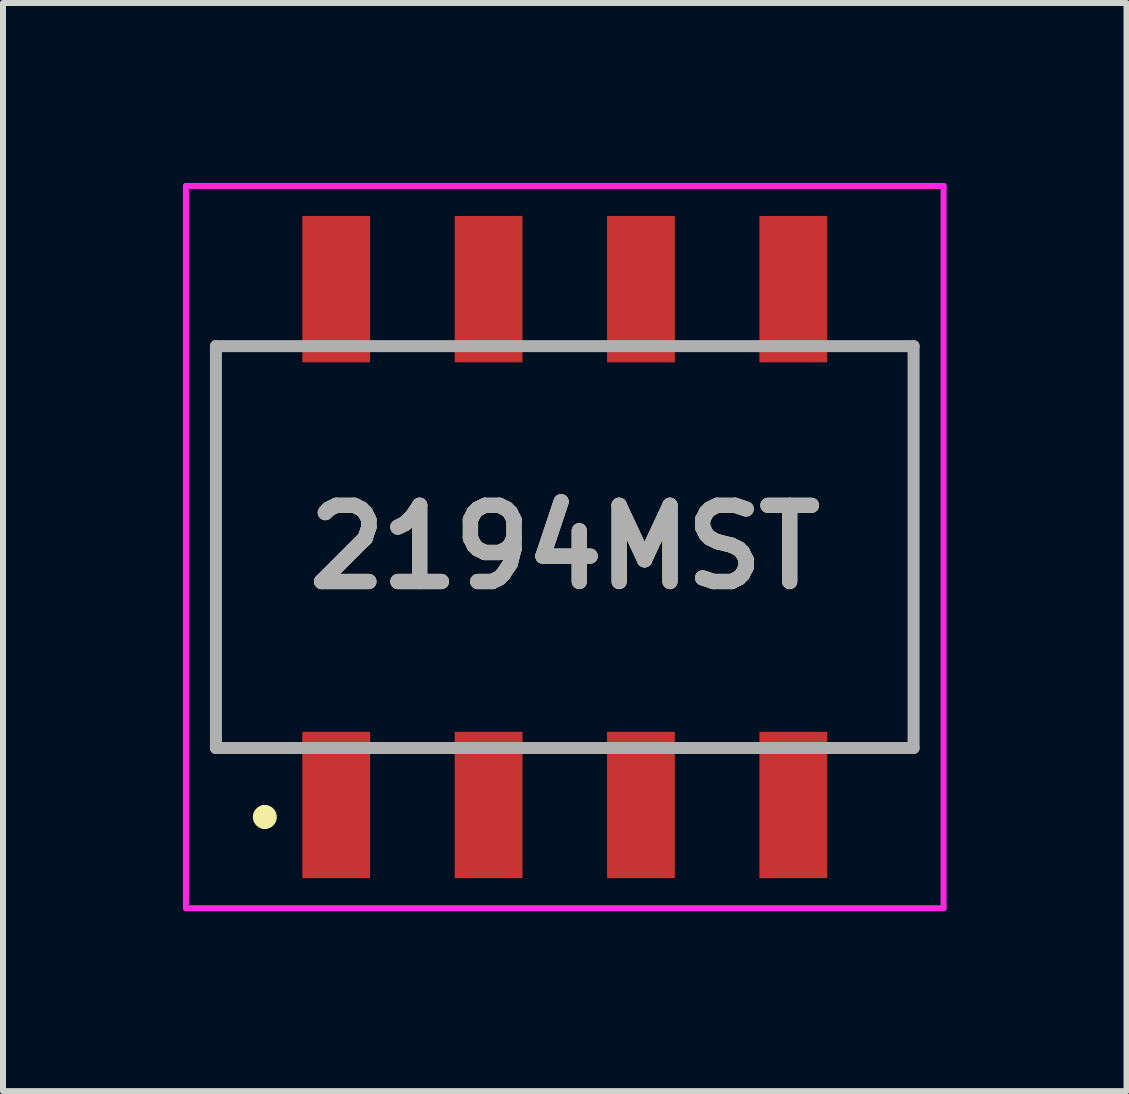
<source format=kicad_pcb>
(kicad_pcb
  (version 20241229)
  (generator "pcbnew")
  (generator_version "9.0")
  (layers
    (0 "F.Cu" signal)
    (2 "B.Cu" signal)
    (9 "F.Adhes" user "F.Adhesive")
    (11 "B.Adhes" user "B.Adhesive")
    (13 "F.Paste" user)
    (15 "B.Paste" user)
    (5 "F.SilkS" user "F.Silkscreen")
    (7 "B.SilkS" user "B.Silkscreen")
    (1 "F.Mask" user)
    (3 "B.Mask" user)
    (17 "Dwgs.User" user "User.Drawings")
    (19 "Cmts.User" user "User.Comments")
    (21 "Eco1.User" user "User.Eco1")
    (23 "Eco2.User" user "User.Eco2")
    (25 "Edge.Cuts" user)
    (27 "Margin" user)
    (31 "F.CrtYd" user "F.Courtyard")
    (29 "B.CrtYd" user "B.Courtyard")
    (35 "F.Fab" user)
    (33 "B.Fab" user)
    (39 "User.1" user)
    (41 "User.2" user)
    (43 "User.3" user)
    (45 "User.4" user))
  (footprint "2194MST"
    (layer "F.Cu")
    (at 6.365 6.07)
    (property "Reference" "2194MST" (at 0 0 0) (layer "F.SilkS") (effects (font (size 1.27 1.27) (thickness 0.254))))
    (attr smd)
    (fp_line (start -5.815 -3.35) (end -5.815 3.35) (stroke (width 0.1) (type solid)) (layer "F.SilkS"))
    (fp_line (start -5.815 3.35) (end -5 3.35) (stroke (width 0.1) (type solid)) (layer "F.SilkS"))
    (fp_line (start -5 -3.35) (end -5.815 -3.35) (stroke (width 0.1) (type solid)) (layer "F.SilkS"))
    (fp_line (start -5 4.4) (end -5 4.4) (stroke (width 0.2) (type solid)) (layer "F.SilkS"))
    (fp_line (start -5 4.6) (end -5 4.6) (stroke (width 0.2) (type solid)) (layer "F.SilkS"))
    (fp_line (start -0.4 -3.35) (end 0.4 -3.35) (stroke (width 0.1) (type solid)) (layer "F.SilkS"))
    (fp_line (start -0.4 3.35) (end 0.4 3.35) (stroke (width 0.1) (type solid)) (layer "F.SilkS"))
    (fp_line (start 5 -3.35) (end 5.815 -3.35) (stroke (width 0.1) (type solid)) (layer "F.SilkS"))
    (fp_line (start 5.815 -3.35) (end 5.815 3.35) (stroke (width 0.1) (type solid)) (layer "F.SilkS"))
    (fp_line (start 5.815 3.35) (end 5 3.35) (stroke (width 0.1) (type solid)) (layer "F.SilkS"))
    (fp_arc (start -5 4.4) (mid -4.9 4.5) (end -5 4.6) (stroke (width 0.2) (type solid)) (layer "F.SilkS"))
    (fp_arc (start -5 4.6) (mid -5.1 4.5) (end -5 4.4) (stroke (width 0.2) (type solid)) (layer "F.SilkS"))
    (fp_line (start -6.315 -6.02) (end 6.315 -6.02) (stroke (width 0.1) (type solid)) (layer "F.CrtYd"))
    (fp_line (start -6.315 6.02) (end -6.315 -6.02) (stroke (width 0.1) (type solid)) (layer "F.CrtYd"))
    (fp_line (start 6.315 -6.02) (end 6.315 6.02) (stroke (width 0.1) (type solid)) (layer "F.CrtYd"))
    (fp_line (start 6.315 6.02) (end -6.315 6.02) (stroke (width 0.1) (type solid)) (layer "F.CrtYd"))
    (fp_line (start -5.815 -3.35) (end 5.815 -3.35) (stroke (width 0.2) (type solid)) (layer "F.Fab"))
    (fp_line (start -5.815 3.35) (end -5.815 -3.35) (stroke (width 0.2) (type solid)) (layer "F.Fab"))
    (fp_line (start 5.815 -3.35) (end 5.815 3.35) (stroke (width 0.2) (type solid)) (layer "F.Fab"))
    (fp_line (start 5.815 3.35) (end -5.815 3.35) (stroke (width 0.2) (type solid)) (layer "F.Fab"))
    (fp_text user "${REFERENCE}" (at 0 0 0) (layer "F.Fab") (effects (font (size 1.27 1.27) (thickness 0.254))))
    (pad "1" smd rect (at -3.81 4.3) (size 1.13 2.44) (layers "F.Cu" "F.Mask" "F.Paste"))
    (pad "2" smd rect (at -1.27 4.3) (size 1.13 2.44) (layers "F.Cu" "F.Mask" "F.Paste"))
    (pad "3" smd rect (at 1.27 4.3) (size 1.13 2.44) (layers "F.Cu" "F.Mask" "F.Paste"))
    (pad "4" smd rect (at 3.81 4.3) (size 1.13 2.44) (layers "F.Cu" "F.Mask" "F.Paste"))
    (pad "5" smd rect (at 3.81 -4.3) (size 1.13 2.44) (layers "F.Cu" "F.Mask" "F.Paste"))
    (pad "6" smd rect (at 1.27 -4.3) (size 1.13 2.44) (layers "F.Cu" "F.Mask" "F.Paste"))
    (pad "7" smd rect (at -1.27 -4.3) (size 1.13 2.44) (layers "F.Cu" "F.Mask" "F.Paste"))
    (pad "8" smd rect (at -3.81 -4.3) (size 1.13 2.44) (layers "F.Cu" "F.Mask" "F.Paste")))
  (gr_rect
    (start -3 -3)
    (end 15.73 15.14)
    (stroke (width 0.1) (type default))
    (fill no)
    (layer "Edge.Cuts")))
</source>
